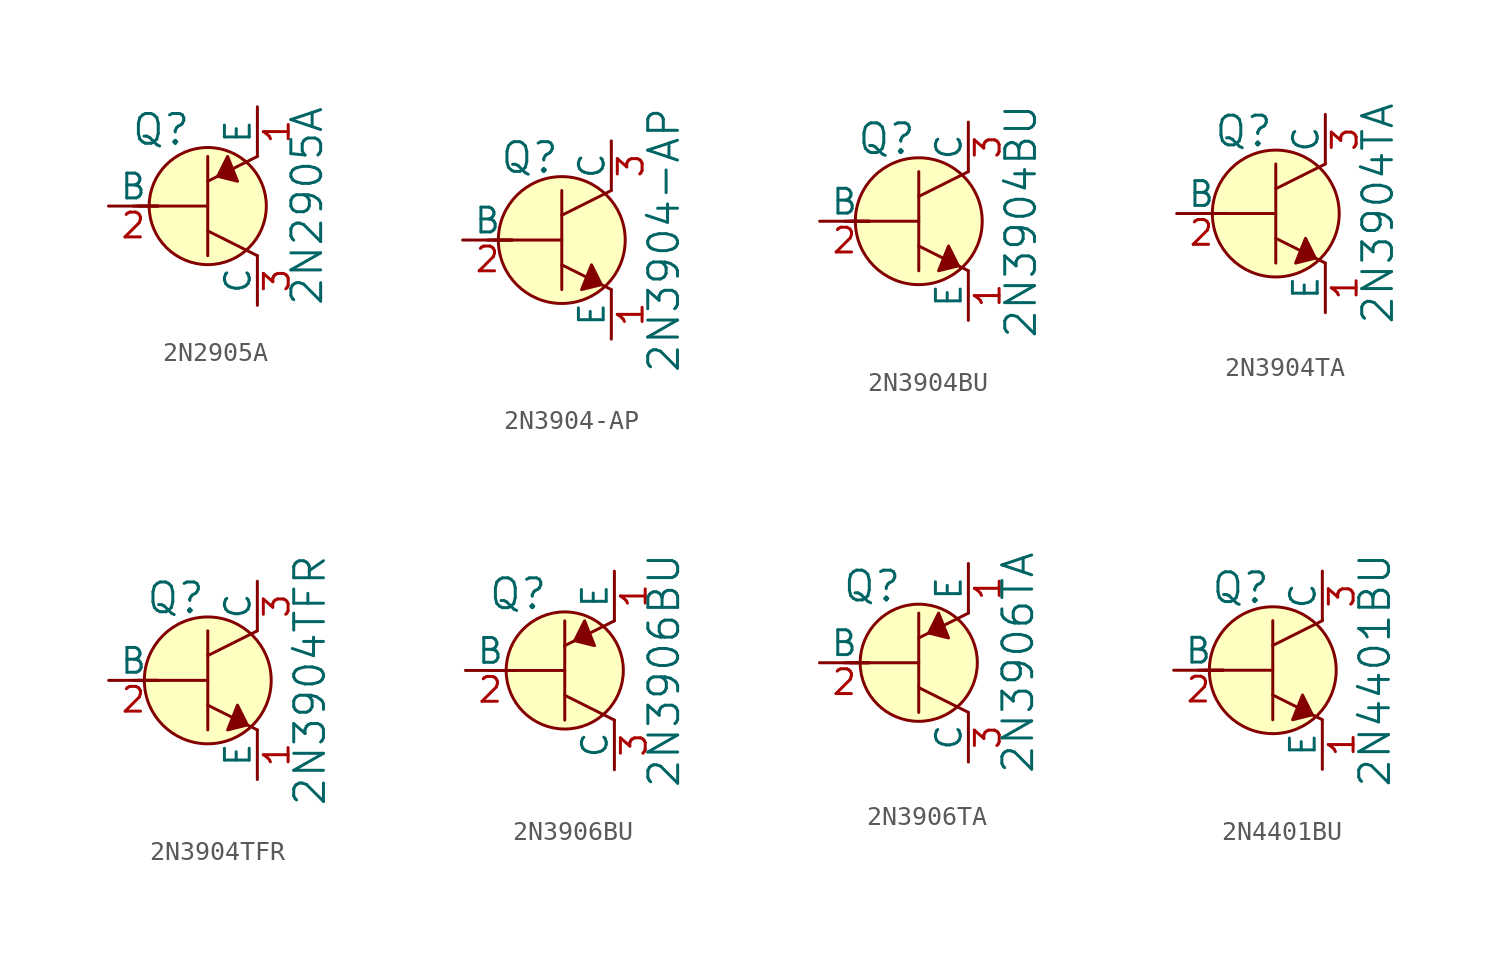
<source format=kicad_sym>
(kicad_symbol_lib
  (version 20211014)
  (generator kicad_symbol_editor)
  (symbol "2N2905A"
    (pin_names
      (offset 0))
    (property "Reference" "Q"
      (at -2.388 3.912 0)
      (effects (font (size 1.524 1.524))))
    (property "Value" "2N2905A"
      (at 5.08 0 90)
      (effects (font (size 1.524 1.524))))
    (symbol "2N2905A_0_1"
      (polyline (pts (xy -3.81 0) (xy -2.54 0)) (stroke (width 0) (type default) (color 0 0 0 0)) (fill (type none)))
      (polyline (pts (xy -3.556 0) (xy 0 0)) (stroke (width 0) (type default) (color 0 0 0 0)) (fill (type none)))
      (polyline (pts (xy 0 -1.27) (xy 2.54 -2.54)) (stroke (width 0) (type default) (color 0 0 0 0)) (fill (type none)))
      (polyline (pts (xy 0 1.27) (xy 2.54 2.54)) (stroke (width 0) (type default) (color 0 0 0 0)) (fill (type none)))
      (polyline (pts (xy 0 2.54) (xy 0 -2.54)) (stroke (width 0) (type default) (color 0 0 0 0)) (fill (type none)))
      (polyline (pts (xy 1.016 2.54) (xy 0.508 1.524) (xy 1.524 1.27) (xy 1.016 2.54)) (stroke (width 0) (type default) (color 0 0 0 0)) (fill (type outline)))
      (circle (center 0 0) (radius 2.997) (stroke (width 0) (type default) (color 0 0 0 0)) (fill (type background))))
    (symbol "2N2905A_1_1"
      (pin passive line (at 2.54 5.08 270) (length 2.54) (name "E" (effects (font (size 1.27 1.27)))) (number "1" (effects (font (size 1.27 1.27)))))
      (pin input line (at -5.08 0 0) (length 2.54) (name "B" (effects (font (size 1.27 1.27)))) (number "2" (effects (font (size 1.27 1.27)))))
      (pin passive line (at 2.54 -5.08 90) (length 2.54) (name "C" (effects (font (size 1.27 1.27)))) (number "3" (effects (font (size 1.27 1.27)))))))
  (symbol "2N3904-AP"
    (pin_names
      (offset 0))
    (property "Reference" "Q"
      (at -3.2 4.216 0)
      (effects (font (size 1.524 1.524)) (justify left)))
    (property "Value" "2N3904-AP"
      (at 5.232 0 90)
      (effects (font (size 1.524 1.524))))
    (symbol "2N3904-AP_0_1"
      (polyline (pts (xy -3.81 0) (xy -2.54 0)) (stroke (width 0) (type default) (color 0 0 0 0)) (fill (type none)))
      (polyline (pts (xy -3.556 0) (xy 0 0)) (stroke (width 0) (type default) (color 0 0 0 0)) (fill (type none)))
      (polyline (pts (xy 0 -1.27) (xy 2.54 -2.54)) (stroke (width 0) (type default) (color 0 0 0 0)) (fill (type none)))
      (polyline (pts (xy 0 1.27) (xy 2.54 2.54)) (stroke (width 0) (type default) (color 0 0 0 0)) (fill (type none)))
      (polyline (pts (xy 0 2.54) (xy 0 -2.54)) (stroke (width 0) (type default) (color 0 0 0 0)) (fill (type none)))
      (polyline (pts (xy 1.524 -1.27) (xy 2.032 -2.286) (xy 1.016 -2.54) (xy 1.524 -1.27)) (stroke (width 0) (type default) (color 0 0 0 0)) (fill (type outline)))
      (circle (center 0 0) (radius 3.251) (stroke (width 0) (type default) (color 0 0 0 0)) (fill (type background))))
    (symbol "2N3904-AP_1_1"
      (pin passive line (at 2.54 -5.08 90) (length 2.54) (name "E" (effects (font (size 1.27 1.27)))) (number "1" (effects (font (size 1.27 1.27)))))
      (pin input line (at -5.08 0 0) (length 2.54) (name "B" (effects (font (size 1.27 1.27)))) (number "2" (effects (font (size 1.27 1.27)))))
      (pin passive line (at 2.54 5.08 270) (length 2.54) (name "C" (effects (font (size 1.27 1.27)))) (number "3" (effects (font (size 1.27 1.27)))))))
  (symbol "2N3904BU"
    (pin_names
      (offset 0))
    (property "Reference" "Q"
      (at -3.2 4.216 0)
      (effects (font (size 1.524 1.524)) (justify left)))
    (property "Value" "2N3904BU"
      (at 5.232 0 90)
      (effects (font (size 1.524 1.524))))
    (symbol "2N3904BU_0_1"
      (polyline (pts (xy -3.81 0) (xy -2.54 0)) (stroke (width 0) (type default) (color 0 0 0 0)) (fill (type none)))
      (polyline (pts (xy -3.556 0) (xy 0 0)) (stroke (width 0) (type default) (color 0 0 0 0)) (fill (type none)))
      (polyline (pts (xy 0 -1.27) (xy 2.54 -2.54)) (stroke (width 0) (type default) (color 0 0 0 0)) (fill (type none)))
      (polyline (pts (xy 0 1.27) (xy 2.54 2.54)) (stroke (width 0) (type default) (color 0 0 0 0)) (fill (type none)))
      (polyline (pts (xy 0 2.54) (xy 0 -2.54)) (stroke (width 0) (type default) (color 0 0 0 0)) (fill (type none)))
      (polyline (pts (xy 1.524 -1.27) (xy 2.032 -2.286) (xy 1.016 -2.54) (xy 1.524 -1.27)) (stroke (width 0) (type default) (color 0 0 0 0)) (fill (type outline)))
      (circle (center 0 0) (radius 3.251) (stroke (width 0) (type default) (color 0 0 0 0)) (fill (type background))))
    (symbol "2N3904BU_1_1"
      (pin passive line (at 2.54 -5.08 90) (length 2.54) (name "E" (effects (font (size 1.27 1.27)))) (number "1" (effects (font (size 1.27 1.27)))))
      (pin input line (at -5.08 0 0) (length 2.54) (name "B" (effects (font (size 1.27 1.27)))) (number "2" (effects (font (size 1.27 1.27)))))
      (pin passive line (at 2.54 5.08 270) (length 2.54) (name "C" (effects (font (size 1.27 1.27)))) (number "3" (effects (font (size 1.27 1.27)))))))
  (symbol "2N3904TA"
    (pin_names
      (offset 0))
    (property "Reference" "Q"
      (at -3.2 4.216 0)
      (effects (font (size 1.524 1.524)) (justify left)))
    (property "Value" "2N3904TA"
      (at 5.232 0 90)
      (effects (font (size 1.524 1.524))))
    (symbol "2N3904TA_0_1"
      (polyline (pts (xy -3.81 0) (xy -2.54 0)) (stroke (width 0) (type default) (color 0 0 0 0)) (fill (type none)))
      (polyline (pts (xy -3.556 0) (xy 0 0)) (stroke (width 0) (type default) (color 0 0 0 0)) (fill (type none)))
      (polyline (pts (xy 0 -1.27) (xy 2.54 -2.54)) (stroke (width 0) (type default) (color 0 0 0 0)) (fill (type none)))
      (polyline (pts (xy 0 1.27) (xy 2.54 2.54)) (stroke (width 0) (type default) (color 0 0 0 0)) (fill (type none)))
      (polyline (pts (xy 0 2.54) (xy 0 -2.54)) (stroke (width 0) (type default) (color 0 0 0 0)) (fill (type none)))
      (polyline (pts (xy 1.524 -1.27) (xy 2.032 -2.286) (xy 1.016 -2.54) (xy 1.524 -1.27)) (stroke (width 0) (type default) (color 0 0 0 0)) (fill (type outline)))
      (circle (center 0 0) (radius 3.251) (stroke (width 0) (type default) (color 0 0 0 0)) (fill (type background))))
    (symbol "2N3904TA_1_1"
      (pin passive line (at 2.54 -5.08 90) (length 2.54) (name "E" (effects (font (size 1.27 1.27)))) (number "1" (effects (font (size 1.27 1.27)))))
      (pin input line (at -5.08 0 0) (length 2.54) (name "B" (effects (font (size 1.27 1.27)))) (number "2" (effects (font (size 1.27 1.27)))))
      (pin passive line (at 2.54 5.08 270) (length 2.54) (name "C" (effects (font (size 1.27 1.27)))) (number "3" (effects (font (size 1.27 1.27)))))))
  (symbol "2N3904TFR"
    (pin_names
      (offset 0))
    (property "Reference" "Q"
      (at -3.2 4.216 0)
      (effects (font (size 1.524 1.524)) (justify left)))
    (property "Value" "2N3904TFR"
      (at 5.232 0 90)
      (effects (font (size 1.524 1.524))))
    (symbol "2N3904TFR_0_1"
      (polyline (pts (xy -3.81 0) (xy -2.54 0)) (stroke (width 0) (type default) (color 0 0 0 0)) (fill (type none)))
      (polyline (pts (xy -3.556 0) (xy 0 0)) (stroke (width 0) (type default) (color 0 0 0 0)) (fill (type none)))
      (polyline (pts (xy 0 -1.27) (xy 2.54 -2.54)) (stroke (width 0) (type default) (color 0 0 0 0)) (fill (type none)))
      (polyline (pts (xy 0 1.27) (xy 2.54 2.54)) (stroke (width 0) (type default) (color 0 0 0 0)) (fill (type none)))
      (polyline (pts (xy 0 2.54) (xy 0 -2.54)) (stroke (width 0) (type default) (color 0 0 0 0)) (fill (type none)))
      (polyline (pts (xy 1.524 -1.27) (xy 2.032 -2.286) (xy 1.016 -2.54) (xy 1.524 -1.27)) (stroke (width 0) (type default) (color 0 0 0 0)) (fill (type outline)))
      (circle (center 0 0) (radius 3.251) (stroke (width 0) (type default) (color 0 0 0 0)) (fill (type background))))
    (symbol "2N3904TFR_1_1"
      (pin passive line (at 2.54 -5.08 90) (length 2.54) (name "E" (effects (font (size 1.27 1.27)))) (number "1" (effects (font (size 1.27 1.27)))))
      (pin input line (at -5.08 0 0) (length 2.54) (name "B" (effects (font (size 1.27 1.27)))) (number "2" (effects (font (size 1.27 1.27)))))
      (pin passive line (at 2.54 5.08 270) (length 2.54) (name "C" (effects (font (size 1.27 1.27)))) (number "3" (effects (font (size 1.27 1.27)))))))
  (symbol "2N3906BU"
    (pin_names
      (offset 0))
    (property "Reference" "Q"
      (at -2.388 3.912 0)
      (effects (font (size 1.524 1.524))))
    (property "Value" "2N3906BU"
      (at 5.08 0 90)
      (effects (font (size 1.524 1.524))))
    (symbol "2N3906BU_0_1"
      (polyline (pts (xy -3.81 0) (xy -2.54 0)) (stroke (width 0) (type default) (color 0 0 0 0)) (fill (type none)))
      (polyline (pts (xy -3.556 0) (xy 0 0)) (stroke (width 0) (type default) (color 0 0 0 0)) (fill (type none)))
      (polyline (pts (xy 0 -1.27) (xy 2.54 -2.54)) (stroke (width 0) (type default) (color 0 0 0 0)) (fill (type none)))
      (polyline (pts (xy 0 1.27) (xy 2.54 2.54)) (stroke (width 0) (type default) (color 0 0 0 0)) (fill (type none)))
      (polyline (pts (xy 0 2.54) (xy 0 -2.54)) (stroke (width 0) (type default) (color 0 0 0 0)) (fill (type none)))
      (polyline (pts (xy 1.016 2.54) (xy 0.508 1.524) (xy 1.524 1.27) (xy 1.016 2.54)) (stroke (width 0) (type default) (color 0 0 0 0)) (fill (type outline)))
      (circle (center 0 0) (radius 2.997) (stroke (width 0) (type default) (color 0 0 0 0)) (fill (type background))))
    (symbol "2N3906BU_1_1"
      (pin passive line (at 2.54 5.08 270) (length 2.54) (name "E" (effects (font (size 1.27 1.27)))) (number "1" (effects (font (size 1.27 1.27)))))
      (pin input line (at -5.08 0 0) (length 2.54) (name "B" (effects (font (size 1.27 1.27)))) (number "2" (effects (font (size 1.27 1.27)))))
      (pin passive line (at 2.54 -5.08 90) (length 2.54) (name "C" (effects (font (size 1.27 1.27)))) (number "3" (effects (font (size 1.27 1.27)))))))
  (symbol "2N3906TA"
    (pin_names
      (offset 0))
    (property "Reference" "Q"
      (at -2.388 3.912 0)
      (effects (font (size 1.524 1.524))))
    (property "Value" "2N3906TA"
      (at 5.08 0 90)
      (effects (font (size 1.524 1.524))))
    (symbol "2N3906TA_0_1"
      (polyline (pts (xy -3.81 0) (xy -2.54 0)) (stroke (width 0) (type default) (color 0 0 0 0)) (fill (type none)))
      (polyline (pts (xy -3.556 0) (xy 0 0)) (stroke (width 0) (type default) (color 0 0 0 0)) (fill (type none)))
      (polyline (pts (xy 0 -1.27) (xy 2.54 -2.54)) (stroke (width 0) (type default) (color 0 0 0 0)) (fill (type none)))
      (polyline (pts (xy 0 1.27) (xy 2.54 2.54)) (stroke (width 0) (type default) (color 0 0 0 0)) (fill (type none)))
      (polyline (pts (xy 0 2.54) (xy 0 -2.54)) (stroke (width 0) (type default) (color 0 0 0 0)) (fill (type none)))
      (polyline (pts (xy 1.016 2.54) (xy 0.508 1.524) (xy 1.524 1.27) (xy 1.016 2.54)) (stroke (width 0) (type default) (color 0 0 0 0)) (fill (type outline)))
      (circle (center 0 0) (radius 2.997) (stroke (width 0) (type default) (color 0 0 0 0)) (fill (type background))))
    (symbol "2N3906TA_1_1"
      (pin passive line (at 2.54 5.08 270) (length 2.54) (name "E" (effects (font (size 1.27 1.27)))) (number "1" (effects (font (size 1.27 1.27)))))
      (pin input line (at -5.08 0 0) (length 2.54) (name "B" (effects (font (size 1.27 1.27)))) (number "2" (effects (font (size 1.27 1.27)))))
      (pin passive line (at 2.54 -5.08 90) (length 2.54) (name "C" (effects (font (size 1.27 1.27)))) (number "3" (effects (font (size 1.27 1.27)))))))
  (symbol "2N4401BU"
    (pin_names
      (offset 0))
    (property "Reference" "Q"
      (at -3.2 4.216 0)
      (effects (font (size 1.524 1.524)) (justify left)))
    (property "Value" "2N4401BU"
      (at 5.232 0 90)
      (effects (font (size 1.524 1.524))))
    (symbol "2N4401BU_0_1"
      (polyline (pts (xy -3.81 0) (xy -2.54 0)) (stroke (width 0) (type default) (color 0 0 0 0)) (fill (type none)))
      (polyline (pts (xy -3.556 0) (xy 0 0)) (stroke (width 0) (type default) (color 0 0 0 0)) (fill (type none)))
      (polyline (pts (xy 0 -1.27) (xy 2.54 -2.54)) (stroke (width 0) (type default) (color 0 0 0 0)) (fill (type none)))
      (polyline (pts (xy 0 1.27) (xy 2.54 2.54)) (stroke (width 0) (type default) (color 0 0 0 0)) (fill (type none)))
      (polyline (pts (xy 0 2.54) (xy 0 -2.54)) (stroke (width 0) (type default) (color 0 0 0 0)) (fill (type none)))
      (polyline (pts (xy 1.524 -1.27) (xy 2.032 -2.286) (xy 1.016 -2.54) (xy 1.524 -1.27)) (stroke (width 0) (type default) (color 0 0 0 0)) (fill (type outline)))
      (circle (center 0 0) (radius 3.251) (stroke (width 0) (type default) (color 0 0 0 0)) (fill (type background))))
    (symbol "2N4401BU_1_1"
      (pin passive line (at 2.54 -5.08 90) (length 2.54) (name "E" (effects (font (size 1.27 1.27)))) (number "1" (effects (font (size 1.27 1.27)))))
      (pin input line (at -5.08 0 0) (length 2.54) (name "B" (effects (font (size 1.27 1.27)))) (number "2" (effects (font (size 1.27 1.27)))))
      (pin passive line (at 2.54 5.08 270) (length 2.54) (name "C" (effects (font (size 1.27 1.27)))) (number "3" (effects (font (size 1.27 1.27))))))))
</source>
